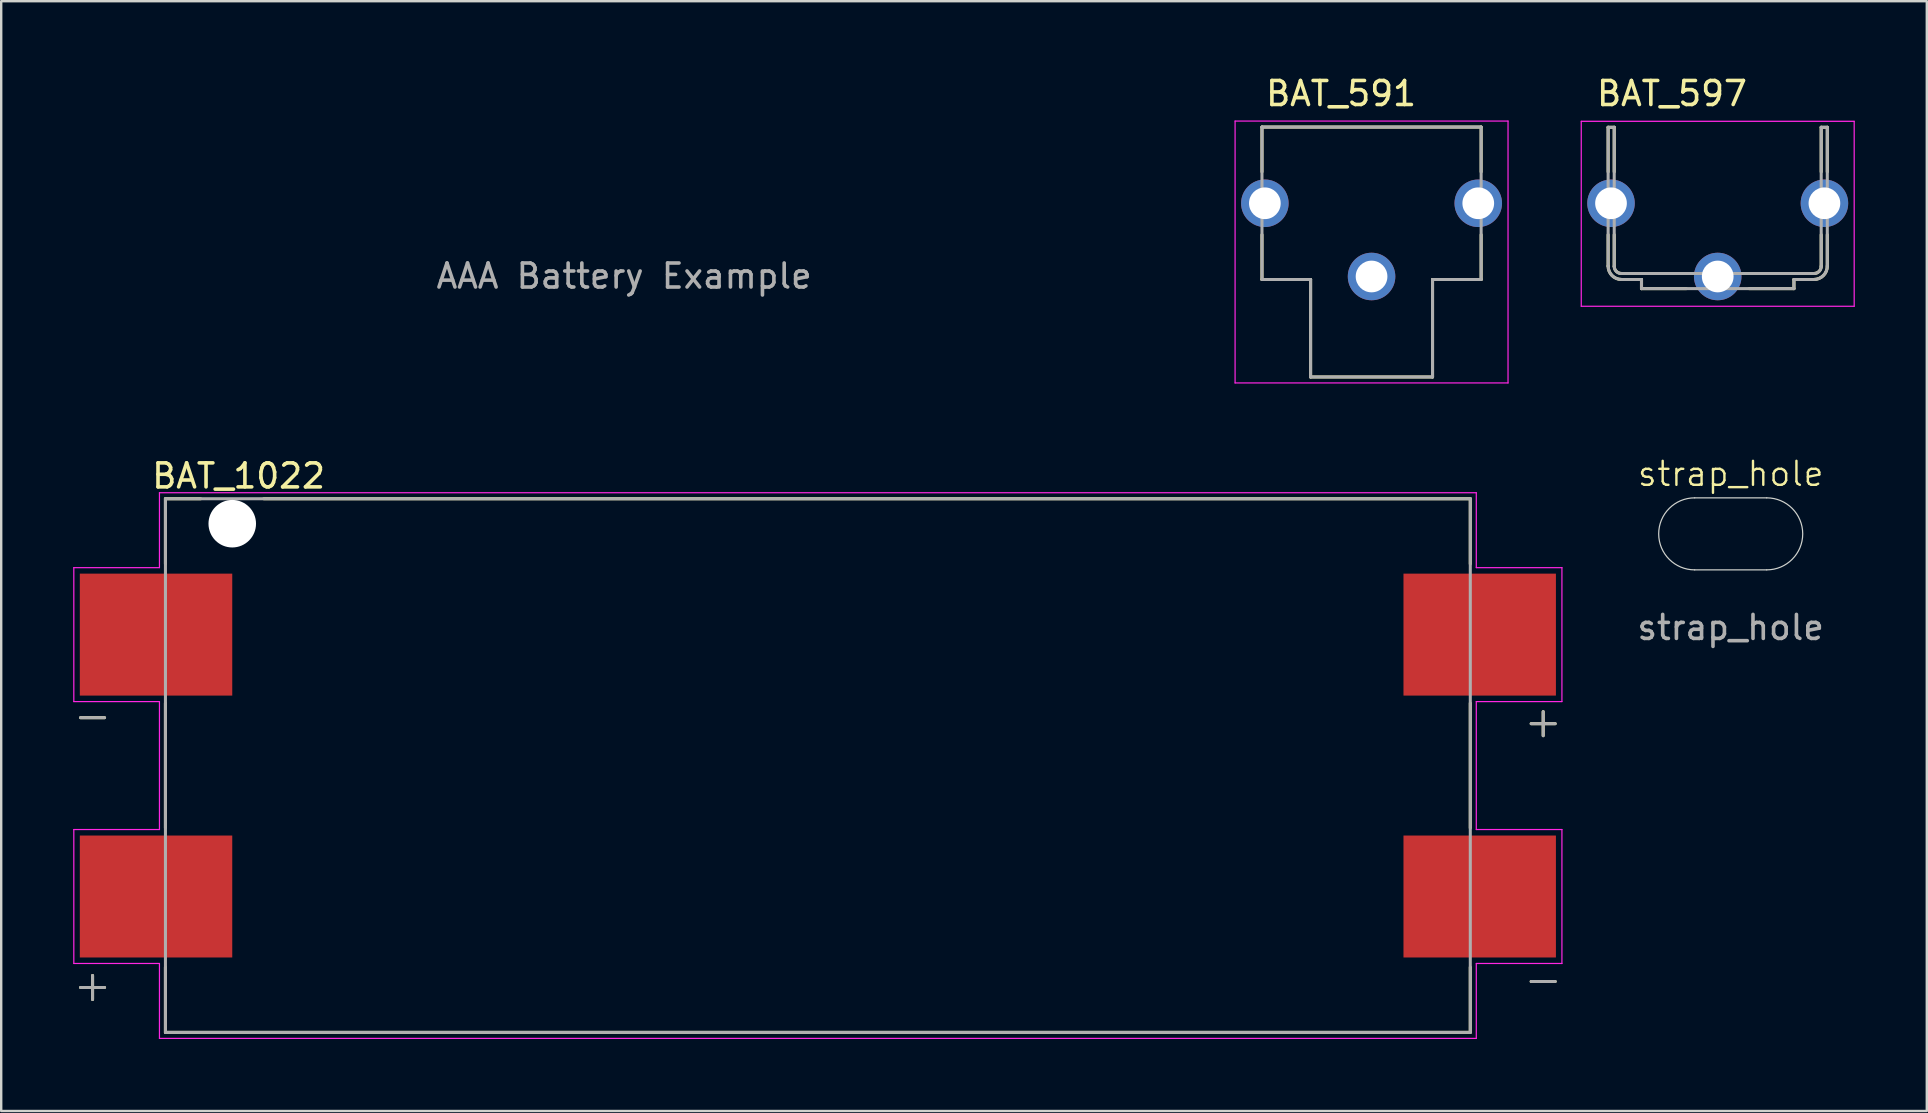
<source format=kicad_pcb>
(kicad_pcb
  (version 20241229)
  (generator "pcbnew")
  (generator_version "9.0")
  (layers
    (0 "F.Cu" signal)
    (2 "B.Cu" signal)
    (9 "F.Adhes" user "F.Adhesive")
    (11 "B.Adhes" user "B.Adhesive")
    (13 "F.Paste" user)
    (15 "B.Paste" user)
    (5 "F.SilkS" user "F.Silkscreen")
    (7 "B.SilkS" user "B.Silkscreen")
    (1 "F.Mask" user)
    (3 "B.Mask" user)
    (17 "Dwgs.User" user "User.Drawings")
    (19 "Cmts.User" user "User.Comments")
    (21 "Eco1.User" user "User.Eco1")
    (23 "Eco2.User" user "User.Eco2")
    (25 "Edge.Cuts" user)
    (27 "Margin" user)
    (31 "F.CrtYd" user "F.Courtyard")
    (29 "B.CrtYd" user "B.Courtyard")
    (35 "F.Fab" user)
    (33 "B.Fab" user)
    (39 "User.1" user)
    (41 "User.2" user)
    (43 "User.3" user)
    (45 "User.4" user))
  (footprint "strap_hole"
    (layer "F.Cu")
    (at 69.046 19.189)
    (property "Reference" "strap_hole" (at 0 -2.5 0) (unlocked yes) (layer "F.SilkS") (effects (font (size 1 1) (thickness 0.1))))
    (attr through_hole)
    (fp_line (start -1.5 -1.5) (end 1.5 -1.5) (stroke (width 0.05) (type default)) (layer "Edge.Cuts"))
    (fp_line (start -1.5 1.5) (end 1.5 1.5) (stroke (width 0.05) (type default)) (layer "Edge.Cuts"))
    (fp_arc (start -1.5 1.5) (mid -3 0) (end -1.5 -1.5) (stroke (width 0.05) (type default)) (layer "Edge.Cuts"))
    (fp_arc (start 1.5 -1.5) (mid 3 0) (end 1.5 1.5) (stroke (width 0.05) (type default)) (layer "Edge.Cuts"))
    (fp_text user "${REFERENCE}" (at 0 3.9 0) (unlocked yes) (layer "F.Fab") (effects (font (size 1 1) (thickness 0.15)))))
  (footprint "AAA Battery Example"
    (layer "F.Cu")
    (at 22.95 5.3)
    (property "Reference" "AAA Battery Example" (at 0 -3 0) (unlocked yes) (layer "User.2") (effects (font (size 1 1) (thickness 0.1))))
    (attr through_hole)
    (fp_line (start -22.9 -2.55) (end -22.4 -2.55) (stroke (width 0.1) (type solid)) (layer "User.2"))
    (fp_line (start -22.9 2.15) (end -22.9 -2.55) (stroke (width 0.1) (type solid)) (layer "User.2"))
    (fp_line (start -22.4 2.15) (end -22.9 2.15) (stroke (width 0.1) (type solid)) (layer "User.2"))
    (fp_line (start -20.875 -0.5) (end -17.125 -0.5) (stroke (width 0.1) (type solid)) (layer "User.2"))
    (fp_line (start -19 -2.375) (end -19 1.375) (stroke (width 0.1) (type solid)) (layer "User.2"))
    (fp_line (start 16.875 0) (end 20.625 0) (stroke (width 0.1) (type solid)) (layer "User.2"))
    (fp_rect (start -22.375 -5.25) (end 22.375 5.25) (stroke (width 0.1) (type solid)) (fill no) (layer "User.2"))
    (fp_text user "${REFERENCE}" (at 0 3.15 0) (unlocked yes) (layer "F.Fab") (effects (font (size 1 1) (thickness 0.15)))))
  (footprint "BAT_597"
    (layer "F.Cu")
    (at 68.505 8.468)
    (property "Reference" "BAT_597" (at -1.905 -7.62 0) (layer "F.SilkS") (effects (font (size 1 1) (thickness 0.15))))
    (attr through_hole)
    (fp_line (start -4.565 -6.215) (end -4.565 -4.36) (stroke (width 0.127) (type solid)) (layer "F.SilkS"))
    (fp_line (start -4.565 -1.74) (end -4.565 -0.435) (stroke (width 0.127) (type solid)) (layer "F.SilkS"))
    (fp_line (start -4.311 -6.215) (end -4.565 -6.215) (stroke (width 0.127) (type solid)) (layer "F.SilkS"))
    (fp_line (start -4.311 -4.36) (end -4.311 -6.215) (stroke (width 0.127) (type solid)) (layer "F.SilkS"))
    (fp_line (start -4.311 -0.425) (end -4.311 -1.74) (stroke (width 0.127) (type solid)) (layer "F.SilkS"))
    (fp_line (start -4.005 0.125) (end -3.175 0.125) (stroke (width 0.127) (type solid)) (layer "F.SilkS"))
    (fp_line (start -3.175 0.125) (end -3.175 0.505) (stroke (width 0.127) (type solid)) (layer "F.SilkS"))
    (fp_line (start -3.175 0.505) (end -1.31 0.505) (stroke (width 0.127) (type solid)) (layer "F.SilkS"))
    (fp_line (start -1.31 -0.125) (end -4.011 -0.125) (stroke (width 0.127) (type solid)) (layer "F.SilkS"))
    (fp_line (start 1.31 0.505) (end 3.175 0.505) (stroke (width 0.127) (type solid)) (layer "F.SilkS"))
    (fp_line (start 3.175 0.125) (end 4.005 0.125) (stroke (width 0.127) (type solid)) (layer "F.SilkS"))
    (fp_line (start 3.175 0.505) (end 3.175 0.125) (stroke (width 0.127) (type solid)) (layer "F.SilkS"))
    (fp_line (start 4.011 -0.125) (end 1.31 -0.125) (stroke (width 0.127) (type solid)) (layer "F.SilkS"))
    (fp_line (start 4.311 -6.215) (end 4.311 -4.36) (stroke (width 0.127) (type solid)) (layer "F.SilkS"))
    (fp_line (start 4.311 -1.74) (end 4.311 -0.425) (stroke (width 0.127) (type solid)) (layer "F.SilkS"))
    (fp_line (start 4.565 -6.215) (end 4.311 -6.215) (stroke (width 0.127) (type solid)) (layer "F.SilkS"))
    (fp_line (start 4.565 -4.36) (end 4.565 -6.215) (stroke (width 0.127) (type solid)) (layer "F.SilkS"))
    (fp_line (start 4.565 -0.435) (end 4.565 -1.74) (stroke (width 0.127) (type solid)) (layer "F.SilkS"))
    (fp_arc (start -4.011 -0.125) (mid -4.223132 -0.212868) (end -4.311 -0.425) (stroke (width 0.127) (type solid)) (layer "F.SilkS"))
    (fp_arc (start -4.005 0.125) (mid -4.40098 -0.03902) (end -4.565 -0.435) (stroke (width 0.127) (type solid)) (layer "F.SilkS"))
    (fp_arc (start 4.311 -0.425) (mid 4.223132 -0.212868) (end 4.011 -0.125) (stroke (width 0.127) (type solid)) (layer "F.SilkS"))
    (fp_arc (start 4.565 -0.435) (mid 4.40098 -0.03902) (end 4.005 0.125) (stroke (width 0.127) (type solid)) (layer "F.SilkS"))
    (fp_line (start -5.685 -6.465) (end -5.685 1.24) (stroke (width 0.05) (type solid)) (layer "F.CrtYd"))
    (fp_line (start -5.685 1.24) (end 5.685 1.24) (stroke (width 0.05) (type solid)) (layer "F.CrtYd"))
    (fp_line (start 5.685 -6.465) (end -5.685 -6.465) (stroke (width 0.05) (type solid)) (layer "F.CrtYd"))
    (fp_line (start 5.685 1.24) (end 5.685 -6.465) (stroke (width 0.05) (type solid)) (layer "F.CrtYd"))
    (fp_line (start -4.565 -6.215) (end -4.565 -0.435) (stroke (width 0.127) (type solid)) (layer "F.Fab"))
    (fp_line (start -4.311 -6.215) (end -4.565 -6.215) (stroke (width 0.127) (type solid)) (layer "F.Fab"))
    (fp_line (start -4.311 -0.425) (end -4.311 -6.215) (stroke (width 0.127) (type solid)) (layer "F.Fab"))
    (fp_line (start -4.005 0.125) (end -3.175 0.125) (stroke (width 0.127) (type solid)) (layer "F.Fab"))
    (fp_line (start -3.175 0.125) (end -3.175 0.505) (stroke (width 0.127) (type solid)) (layer "F.Fab"))
    (fp_line (start -3.175 0.505) (end 3.175 0.505) (stroke (width 0.127) (type solid)) (layer "F.Fab"))
    (fp_line (start 3.175 0.125) (end 4.005 0.125) (stroke (width 0.127) (type solid)) (layer "F.Fab"))
    (fp_line (start 3.175 0.505) (end 3.175 0.125) (stroke (width 0.127) (type solid)) (layer "F.Fab"))
    (fp_line (start 4.011 -0.125) (end -4.011 -0.125) (stroke (width 0.127) (type solid)) (layer "F.Fab"))
    (fp_line (start 4.311 -6.215) (end 4.311 -0.425) (stroke (width 0.127) (type solid)) (layer "F.Fab"))
    (fp_line (start 4.565 -6.215) (end 4.311 -6.215) (stroke (width 0.127) (type solid)) (layer "F.Fab"))
    (fp_line (start 4.565 -0.435) (end 4.565 -6.215) (stroke (width 0.127) (type solid)) (layer "F.Fab"))
    (fp_arc (start -4.011 -0.125) (mid -4.223132 -0.212868) (end -4.311 -0.425) (stroke (width 0.127) (type solid)) (layer "F.Fab"))
    (fp_arc (start -4.005 0.125) (mid -4.40098 -0.03902) (end -4.565 -0.435) (stroke (width 0.127) (type solid)) (layer "F.Fab"))
    (fp_arc (start 4.311 -0.425) (mid 4.223132 -0.212868) (end 4.011 -0.125) (stroke (width 0.127) (type solid)) (layer "F.Fab"))
    (fp_arc (start 4.565 -0.435) (mid 4.40098 -0.03902) (end 4.005 0.125) (stroke (width 0.127) (type solid)) (layer "F.Fab"))
    (pad "P1" thru_hole circle (at 0 0) (size 1.98 1.98) (drill 1.32) (layers "*.Cu" "*.Mask"))
    (pad "P2" thru_hole circle (at -4.445 -3.05) (size 1.98 1.98) (drill 1.32) (layers "*.Cu" "*.Mask"))
    (pad "P3" thru_hole circle (at 4.445 -3.05) (size 1.98 1.98) (drill 1.32) (layers "*.Cu" "*.Mask")))
  (footprint "BAT_591"
    (layer "F.Cu")
    (at 54.085 8.468)
    (property "Reference" "BAT_591" (at -1.27 -7.62 0) (layer "F.SilkS") (effects (font (size 1 1) (thickness 0.15))))
    (attr through_hole)
    (fp_line (start -4.565 -6.225) (end -4.565 -4.36) (stroke (width 0.127) (type solid)) (layer "F.SilkS"))
    (fp_line (start -4.565 0.125) (end -4.565 -1.74) (stroke (width 0.127) (type solid)) (layer "F.SilkS"))
    (fp_line (start -4.565 0.125) (end -2.54 0.125) (stroke (width 0.127) (type solid)) (layer "F.SilkS"))
    (fp_line (start -2.54 0.125) (end -2.54 4.185) (stroke (width 0.127) (type solid)) (layer "F.SilkS"))
    (fp_line (start -2.54 4.185) (end 2.54 4.185) (stroke (width 0.127) (type solid)) (layer "F.SilkS"))
    (fp_line (start 2.54 0.125) (end 4.565 0.125) (stroke (width 0.127) (type solid)) (layer "F.SilkS"))
    (fp_line (start 2.54 4.185) (end 2.54 0.125) (stroke (width 0.127) (type solid)) (layer "F.SilkS"))
    (fp_line (start 4.565 -6.225) (end -4.565 -6.225) (stroke (width 0.127) (type solid)) (layer "F.SilkS"))
    (fp_line (start 4.565 -4.36) (end 4.565 -6.225) (stroke (width 0.127) (type solid)) (layer "F.SilkS"))
    (fp_line (start 4.565 0.125) (end 4.565 -1.74) (stroke (width 0.127) (type solid)) (layer "F.SilkS"))
    (fp_line (start -5.685 -6.475) (end -5.685 4.435) (stroke (width 0.05) (type solid)) (layer "F.CrtYd"))
    (fp_line (start -5.685 4.435) (end 5.685 4.435) (stroke (width 0.05) (type solid)) (layer "F.CrtYd"))
    (fp_line (start 5.685 -6.475) (end -5.685 -6.475) (stroke (width 0.05) (type solid)) (layer "F.CrtYd"))
    (fp_line (start 5.685 4.435) (end 5.685 -6.475) (stroke (width 0.05) (type solid)) (layer "F.CrtYd"))
    (fp_line (start -4.565 -6.225) (end -4.565 0.125) (stroke (width 0.127) (type solid)) (layer "F.Fab"))
    (fp_line (start -4.565 0.125) (end -2.54 0.125) (stroke (width 0.127) (type solid)) (layer "F.Fab"))
    (fp_line (start -2.54 0.125) (end -2.54 4.185) (stroke (width 0.127) (type solid)) (layer "F.Fab"))
    (fp_line (start -2.54 4.185) (end 2.54 4.185) (stroke (width 0.127) (type solid)) (layer "F.Fab"))
    (fp_line (start 2.54 0.125) (end 4.565 0.125) (stroke (width 0.127) (type solid)) (layer "F.Fab"))
    (fp_line (start 2.54 4.185) (end 2.54 0.125) (stroke (width 0.127) (type solid)) (layer "F.Fab"))
    (fp_line (start 4.565 -6.225) (end -4.565 -6.225) (stroke (width 0.127) (type solid)) (layer "F.Fab"))
    (fp_line (start 4.565 0.125) (end 4.565 -6.225) (stroke (width 0.127) (type solid)) (layer "F.Fab"))
    (pad "N1" thru_hole circle (at 0 0) (size 1.98 1.98) (drill 1.32) (layers "*.Cu" "*.Mask"))
    (pad "N2" thru_hole circle (at -4.445 -3.05) (size 1.98 1.98) (drill 1.32) (layers "*.Cu" "*.Mask"))
    (pad "N3" thru_hole circle (at 4.445 -3.05) (size 1.98 1.98) (drill 1.32) (layers "*.Cu" "*.Mask")))
  (footprint "BAT_1022"
    (layer "F.Cu")
    (at 31.02 28.841)
    (property "Reference" "BAT_1022" (at -24.13 -12.065 0) (layer "F.SilkS") (effects (font (size 1 1) (thickness 0.15))))
    (attr smd)
    (fp_line (start -30.715 -1.995) (end -29.715 -1.995) (stroke (width 0.127) (type solid)) (layer "F.SilkS"))
    (fp_line (start -30.715 9.245) (end -29.715 9.245) (stroke (width 0.127) (type solid)) (layer "F.SilkS"))
    (fp_line (start -30.215 8.745) (end -30.215 9.745) (stroke (width 0.127) (type solid)) (layer "F.SilkS"))
    (fp_line (start -27.178 -11.115) (end -25.71 -11.115) (stroke (width 0.127) (type solid)) (layer "F.SilkS"))
    (fp_line (start -27.178 -8.4) (end -27.178 -11.115) (stroke (width 0.127) (type solid)) (layer "F.SilkS"))
    (fp_line (start -27.178 2.6) (end -27.178 -2.6) (stroke (width 0.127) (type solid)) (layer "F.SilkS"))
    (fp_line (start -27.178 11.115) (end -27.178 8.4) (stroke (width 0.127) (type solid)) (layer "F.SilkS"))
    (fp_line (start -23.08 -11.115) (end 27.178 -11.115) (stroke (width 0.127) (type solid)) (layer "F.SilkS"))
    (fp_line (start 27.178 -11.115) (end 27.178 -8.4) (stroke (width 0.127) (type solid)) (layer "F.SilkS"))
    (fp_line (start 27.178 -2.6) (end 27.178 2.6) (stroke (width 0.127) (type solid)) (layer "F.SilkS"))
    (fp_line (start 27.178 8.4) (end 27.178 11.115) (stroke (width 0.127) (type solid)) (layer "F.SilkS"))
    (fp_line (start 27.178 11.115) (end -27.178 11.115) (stroke (width 0.127) (type solid)) (layer "F.SilkS"))
    (fp_line (start 29.715 -1.745) (end 30.715 -1.745) (stroke (width 0.127) (type solid)) (layer "F.SilkS"))
    (fp_line (start 29.715 8.995) (end 30.715 8.995) (stroke (width 0.127) (type solid)) (layer "F.SilkS"))
    (fp_line (start 30.215 -2.245) (end 30.215 -1.245) (stroke (width 0.127) (type solid)) (layer "F.SilkS"))
    (fp_line (start -30.995 -8.245) (end -30.995 -2.665) (stroke (width 0.05) (type solid)) (layer "F.CrtYd"))
    (fp_line (start -30.995 -8.245) (end -27.428 -8.245) (stroke (width 0.05) (type solid)) (layer "F.CrtYd"))
    (fp_line (start -30.995 -2.665) (end -27.428 -2.665) (stroke (width 0.05) (type solid)) (layer "F.CrtYd"))
    (fp_line (start -30.995 2.665) (end -30.995 8.245) (stroke (width 0.05) (type solid)) (layer "F.CrtYd"))
    (fp_line (start -30.995 8.245) (end -27.428 8.245) (stroke (width 0.05) (type solid)) (layer "F.CrtYd"))
    (fp_line (start -27.428 -8.245) (end -27.428 -11.365) (stroke (width 0.05) (type solid)) (layer "F.CrtYd"))
    (fp_line (start -27.428 -2.665) (end -27.428 2.665) (stroke (width 0.05) (type solid)) (layer "F.CrtYd"))
    (fp_line (start -27.428 2.665) (end -30.995 2.665) (stroke (width 0.05) (type solid)) (layer "F.CrtYd"))
    (fp_line (start -27.428 8.245) (end -27.428 11.365) (stroke (width 0.05) (type solid)) (layer "F.CrtYd"))
    (fp_line (start -27.428 11.365) (end 27.428 11.365) (stroke (width 0.05) (type solid)) (layer "F.CrtYd"))
    (fp_line (start 27.428 -11.365) (end -27.428 -11.365) (stroke (width 0.05) (type solid)) (layer "F.CrtYd"))
    (fp_line (start 27.428 -11.365) (end 27.428 -8.245) (stroke (width 0.05) (type solid)) (layer "F.CrtYd"))
    (fp_line (start 27.428 -8.245) (end 30.995 -8.245) (stroke (width 0.05) (type solid)) (layer "F.CrtYd"))
    (fp_line (start 27.428 -2.665) (end 27.428 2.665) (stroke (width 0.05) (type solid)) (layer "F.CrtYd"))
    (fp_line (start 27.428 2.665) (end 30.995 2.665) (stroke (width 0.05) (type solid)) (layer "F.CrtYd"))
    (fp_line (start 27.428 8.245) (end 27.428 11.365) (stroke (width 0.05) (type solid)) (layer "F.CrtYd"))
    (fp_line (start 30.995 -2.665) (end 27.428 -2.665) (stroke (width 0.05) (type solid)) (layer "F.CrtYd"))
    (fp_line (start 30.995 -2.665) (end 30.995 -8.245) (stroke (width 0.05) (type solid)) (layer "F.CrtYd"))
    (fp_line (start 30.995 8.245) (end 27.428 8.245) (stroke (width 0.05) (type solid)) (layer "F.CrtYd"))
    (fp_line (start 30.995 8.245) (end 30.995 2.665) (stroke (width 0.05) (type solid)) (layer "F.CrtYd"))
    (fp_line (start -30.715 -1.995) (end -29.715 -1.995) (stroke (width 0.127) (type solid)) (layer "F.Fab"))
    (fp_line (start -30.715 9.245) (end -29.715 9.245) (stroke (width 0.127) (type solid)) (layer "F.Fab"))
    (fp_line (start -30.215 8.745) (end -30.215 9.745) (stroke (width 0.127) (type solid)) (layer "F.Fab"))
    (fp_line (start -27.178 -11.115) (end 27.178 -11.115) (stroke (width 0.127) (type solid)) (layer "F.Fab"))
    (fp_line (start -27.178 11.115) (end -27.178 -11.115) (stroke (width 0.127) (type solid)) (layer "F.Fab"))
    (fp_line (start 27.178 -11.115) (end 27.178 11.115) (stroke (width 0.127) (type solid)) (layer "F.Fab"))
    (fp_line (start 27.178 11.115) (end -27.178 11.115) (stroke (width 0.127) (type solid)) (layer "F.Fab"))
    (fp_line (start 29.715 -1.745) (end 30.715 -1.745) (stroke (width 0.127) (type solid)) (layer "F.Fab"))
    (fp_line (start 29.715 8.995) (end 30.715 8.995) (stroke (width 0.127) (type solid)) (layer "F.Fab"))
    (fp_line (start 30.215 -2.245) (end 30.215 -1.245) (stroke (width 0.127) (type solid)) (layer "F.Fab"))
    (pad "" np_thru_hole circle (at -24.395 -10.075) (size 1.98 1.98) (drill 1.98) (layers "*.Cu" "*.Mask"))
    (pad "1" smd rect (at -27.57 -5.455) (size 6.35 5.08) (layers "F.Cu" "F.Mask" "F.Paste"))
    (pad "2" smd rect (at 27.57 -5.455) (size 6.35 5.08) (layers "F.Cu" "F.Mask" "F.Paste"))
    (pad "3" smd rect (at -27.57 5.455) (size 6.35 5.08) (layers "F.Cu" "F.Mask" "F.Paste"))
    (pad "4" smd rect (at 27.57 5.455) (size 6.35 5.08) (layers "F.Cu" "F.Mask" "F.Paste")))
  (gr_rect
    (start -3 -3)
    (end 77.215 43.231)
    (stroke (width 0.1) (type default))
    (fill no)
    (layer "Edge.Cuts")))
</source>
